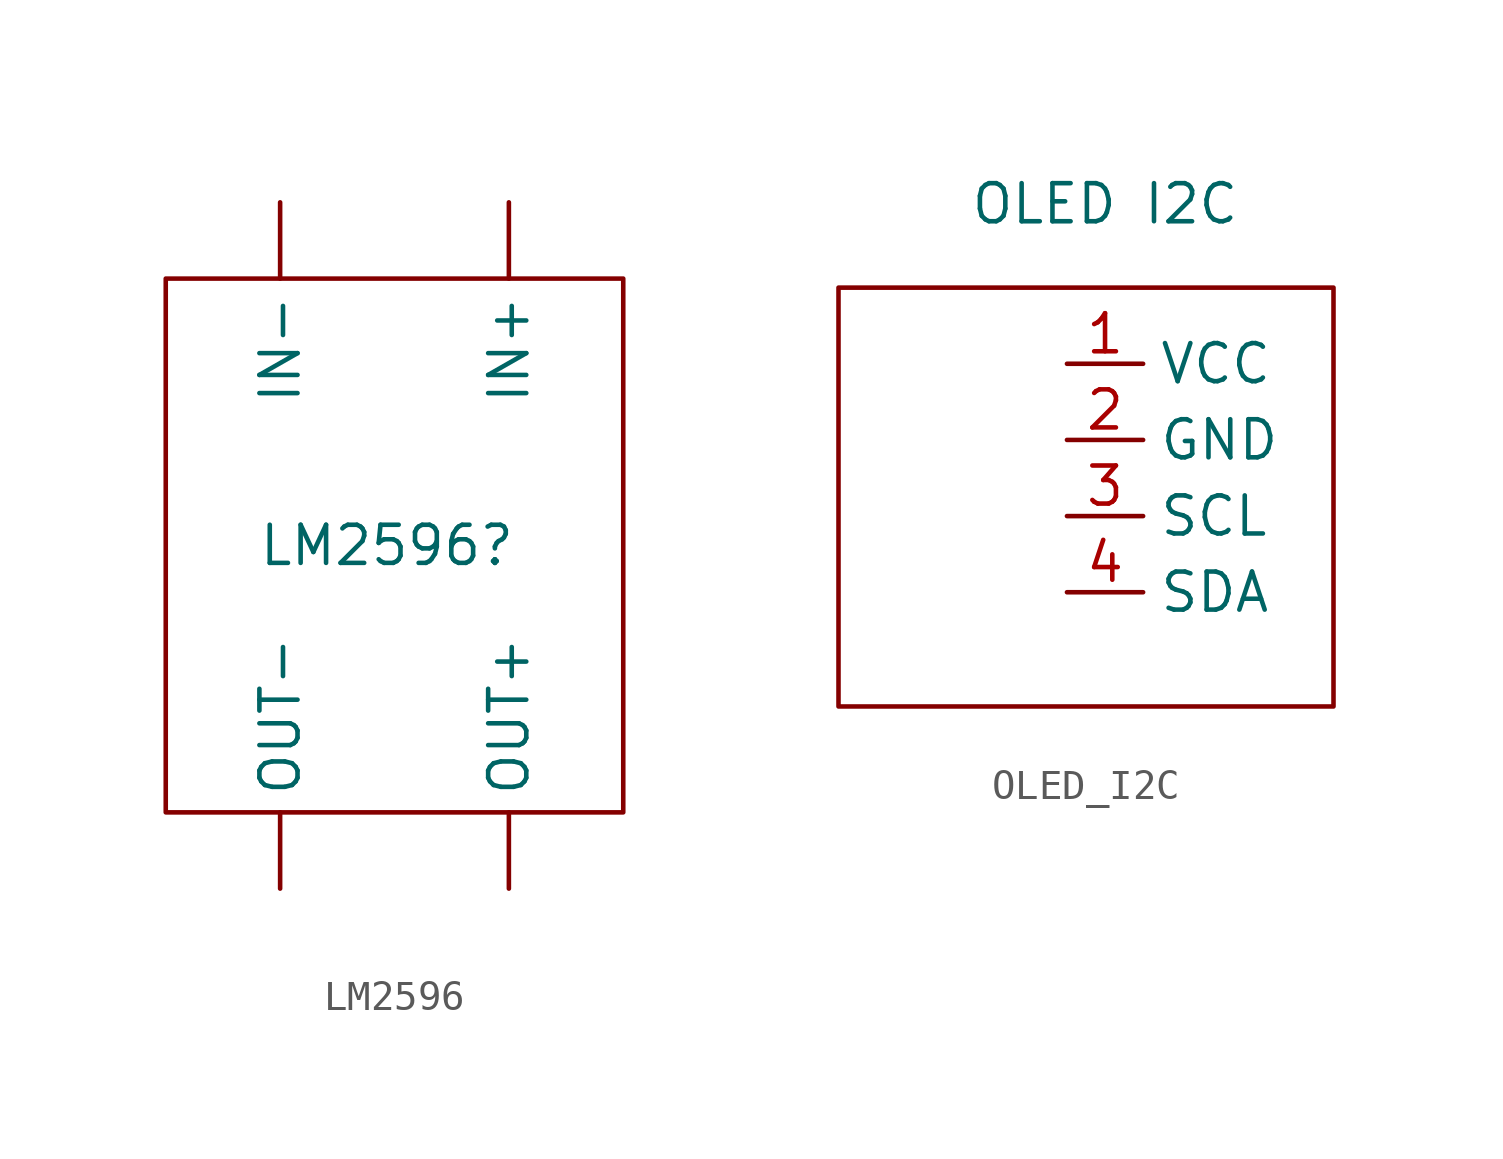
<source format=kicad_sym>
(kicad_symbol_lib
  (version 20231120)
  (generator "kicad_symbol_editor")
  (generator_version "8.0")
  (symbol "LM2596"
    (property "Reference" "LM2596"
      (at -0.254 1.27 0)
      (effects (font (size 1.27 1.27))))
    (property "Value" ""
      (at 0 0 0)
      (effects (font (size 1.27 1.27))))
    (symbol "LM2596_0_1"
      (rectangle (start -7.62 10.16) (end 7.62 -7.62) (stroke (width 0) (type default)) (fill (type none))))
    (symbol "LM2596_1_1"
      (pin power_in line (at 3.81 12.7 270) (length 2.54) (name "IN+" (effects (font (size 1.27 1.27)))) (number "" (effects (font (size 1.27 1.27)))))
      (pin power_in line (at -3.81 12.7 270) (length 2.54) (name "IN-" (effects (font (size 1.27 1.27)))) (number "" (effects (font (size 1.27 1.27)))))
      (pin power_out line (at 3.81 -10.16 90) (length 2.54) (name "OUT+" (effects (font (size 1.27 1.27)))) (number "" (effects (font (size 1.27 1.27)))))
      (pin power_out line (at -3.81 -10.16 90) (length 2.54) (name "OUT-" (effects (font (size 1.27 1.27)))) (number "" (effects (font (size 1.27 1.27)))))))
  (symbol "OLED_I2C"
    (property "Reference" "U"
      (at 0 0 0)
      (effects (font (size 1.27 1.27)) (hide yes)))
    (property "Value" "OLED I2C"
      (at 0 15.494 0)
      (effects (font (size 1.27 1.27))))
    (symbol "OLED_I2C_0_1"
      (rectangle (start -8.89 12.7) (end 7.62 -1.27) (stroke (width 0) (type default)) (fill (type none))))
    (symbol "OLED_I2C_1_1"
      (pin power_in line (at -1.27 10.16 0) (length 2.54) (name "VCC" (effects (font (size 1.27 1.27)))) (number "1" (effects (font (size 1.27 1.27)))))
      (pin power_in line (at -1.27 7.62 0) (length 2.54) (name "GND" (effects (font (size 1.27 1.27)))) (number "2" (effects (font (size 1.27 1.27)))))
      (pin bidirectional line (at -1.27 5.08 0) (length 2.54) (name "SCL" (effects (font (size 1.27 1.27)))) (number "3" (effects (font (size 1.27 1.27)))))
      (pin bidirectional line (at -1.27 2.54 0) (length 2.54) (name "SDA" (effects (font (size 1.27 1.27)))) (number "4" (effects (font (size 1.27 1.27))))))))
</source>
